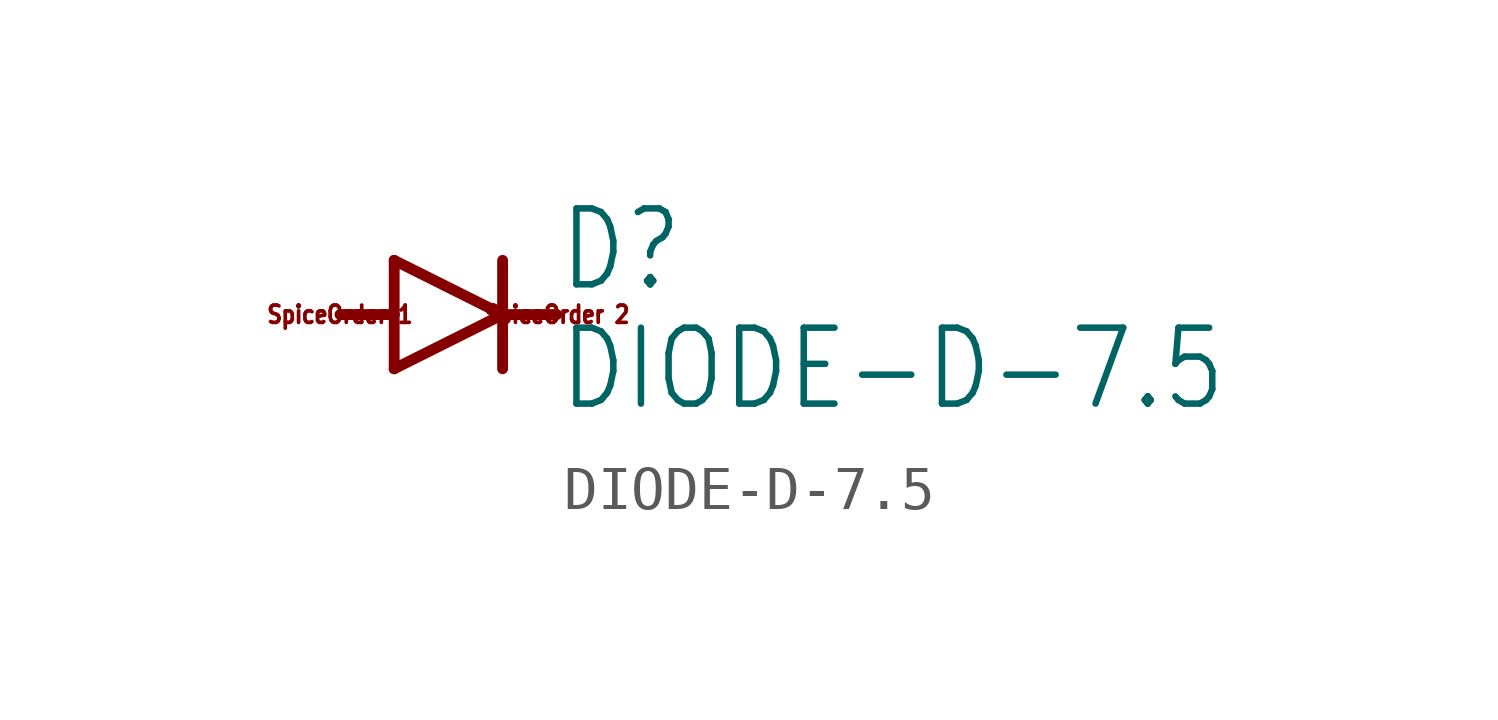
<source format=kicad_sym>
(kicad_symbol_lib
  (version 20211014)
  (generator kicad_symbol_editor)
  (symbol "DIODE-D-7.5"
    (property "Reference" "D"
      (at 2.54 0.483 0)
      (effects (font (size 1.778 1.511)) (justify left bottom)))
    (property "Value" "DIODE-D-7.5"
      (at 2.54 -2.311 0)
      (effects (font (size 1.778 1.511)) (justify left bottom)))
    (property "ki_locked" ""
      (at 0 0 0)
      (effects (font (size 1.27 1.27))))
    (symbol "DIODE-D-7.5_1_0"
      (polyline (pts (xy -1.27 -1.27) (xy 1.27 0)) (stroke (width 0.254) (type default) (color 0 0 0 0)) (fill (type none)))
      (polyline (pts (xy -1.27 0) (xy -2.54 0)) (stroke (width 0.254) (type default) (color 0 0 0 0)) (fill (type none)))
      (polyline (pts (xy -1.27 0) (xy -1.27 -1.27)) (stroke (width 0.254) (type default) (color 0 0 0 0)) (fill (type none)))
      (polyline (pts (xy -1.27 1.27) (xy -1.27 0)) (stroke (width 0.254) (type default) (color 0 0 0 0)) (fill (type none)))
      (polyline (pts (xy 1.27 0) (xy -1.27 1.27)) (stroke (width 0.254) (type default) (color 0 0 0 0)) (fill (type none)))
      (polyline (pts (xy 1.27 0) (xy 1.27 -1.27)) (stroke (width 0.254) (type default) (color 0 0 0 0)) (fill (type none)))
      (polyline (pts (xy 1.27 1.27) (xy 1.27 0)) (stroke (width 0.254) (type default) (color 0 0 0 0)) (fill (type none)))
      (polyline (pts (xy 2.54 0) (xy 1.27 0)) (stroke (width 0.254) (type default) (color 0 0 0 0)) (fill (type none)))
      (text "SpiceOrder 1" (at -2.54 0 0) (effects (font (size 0.406 0.345))))
      (text "SpiceOrder 2" (at 2.54 0 0) (effects (font (size 0.406 0.345))))
      (pin passive line (at -2.54 0 0) (length 0) (name "A" (effects (font (size 0 0)))) (number "A" (effects (font (size 0 0)))))
      (pin passive line (at 2.54 0 180) (length 0) (name "C" (effects (font (size 0 0)))) (number "C" (effects (font (size 0 0))))))))
</source>
